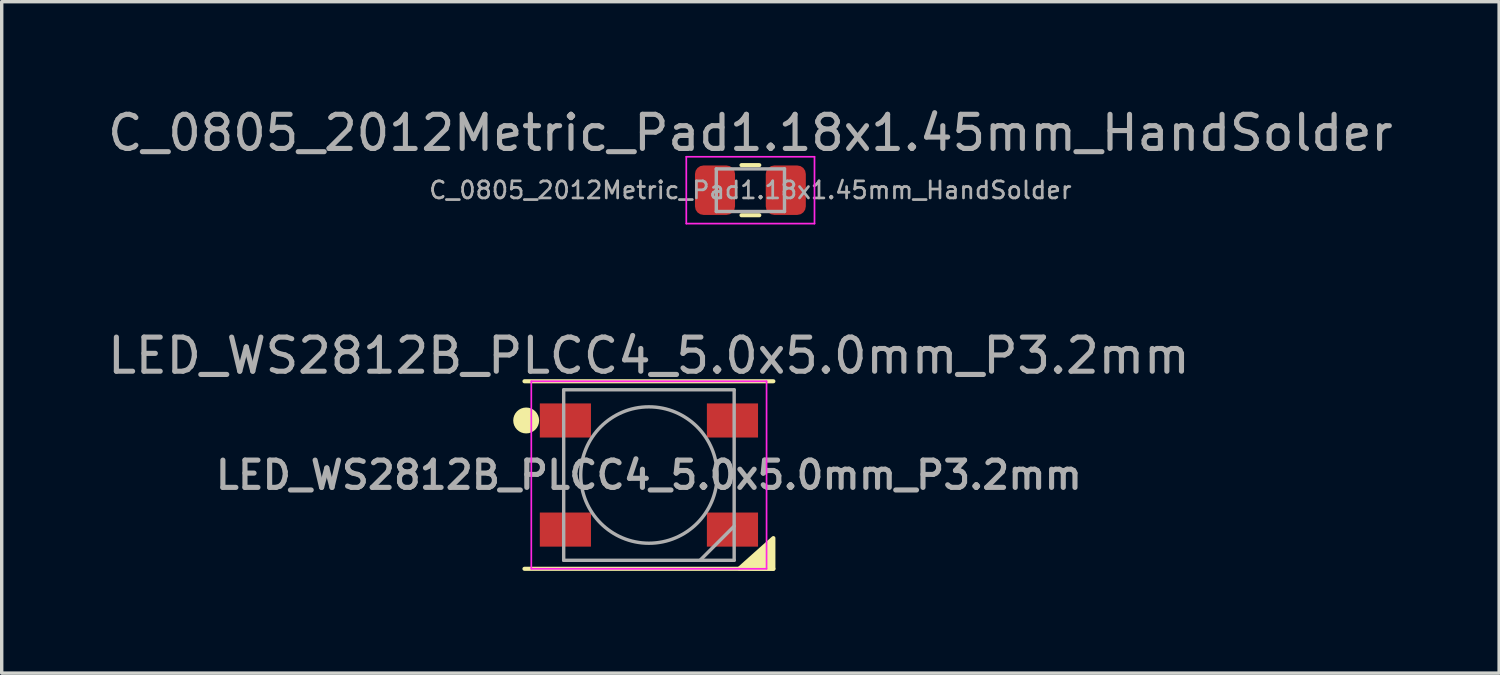
<source format=kicad_pcb>
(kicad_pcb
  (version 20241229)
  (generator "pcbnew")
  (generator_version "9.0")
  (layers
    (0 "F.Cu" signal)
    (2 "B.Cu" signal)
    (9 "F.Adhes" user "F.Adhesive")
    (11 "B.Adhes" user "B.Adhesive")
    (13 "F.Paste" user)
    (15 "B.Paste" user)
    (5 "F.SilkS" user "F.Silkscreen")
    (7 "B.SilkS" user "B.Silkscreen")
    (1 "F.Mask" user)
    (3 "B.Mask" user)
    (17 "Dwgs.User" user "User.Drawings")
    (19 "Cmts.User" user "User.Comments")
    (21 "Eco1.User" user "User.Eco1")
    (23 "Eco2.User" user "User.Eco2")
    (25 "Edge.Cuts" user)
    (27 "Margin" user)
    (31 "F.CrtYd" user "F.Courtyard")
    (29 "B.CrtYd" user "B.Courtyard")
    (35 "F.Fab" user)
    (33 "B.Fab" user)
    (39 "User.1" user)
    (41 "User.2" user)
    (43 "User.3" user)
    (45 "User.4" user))
  (footprint "C_0805_2012Metric_Pad1.18x1.45mm_HandSolder"
    (layer "F.Cu")
    (at 18.958 2.528)
    (property "Reference" "C_0805_2012Metric_Pad1.18x1.45mm_HandSolder" (at 0 -1.68 0) (layer "F.Fab") (effects (font (size 1 1) (thickness 0.15))))
    (attr smd)
    (fp_line (start -0.261 -0.735) (end 0.261 -0.735) (stroke (width 0.12) (type solid)) (layer "F.SilkS"))
    (fp_line (start -0.261 0.735) (end 0.261 0.735) (stroke (width 0.12) (type solid)) (layer "F.SilkS"))
    (fp_line (start -1.88 -0.98) (end 1.88 -0.98) (stroke (width 0.05) (type solid)) (layer "F.CrtYd"))
    (fp_line (start -1.88 0.98) (end -1.88 -0.98) (stroke (width 0.05) (type solid)) (layer "F.CrtYd"))
    (fp_line (start 1.88 -0.98) (end 1.88 0.98) (stroke (width 0.05) (type solid)) (layer "F.CrtYd"))
    (fp_line (start 1.88 0.98) (end -1.88 0.98) (stroke (width 0.05) (type solid)) (layer "F.CrtYd"))
    (fp_line (start -1 -0.625) (end 1 -0.625) (stroke (width 0.1) (type solid)) (layer "F.Fab"))
    (fp_line (start -1 0.625) (end -1 -0.625) (stroke (width 0.1) (type solid)) (layer "F.Fab"))
    (fp_line (start 1 -0.625) (end 1 0.625) (stroke (width 0.1) (type solid)) (layer "F.Fab"))
    (fp_line (start 1 0.625) (end -1 0.625) (stroke (width 0.1) (type solid)) (layer "F.Fab"))
    (fp_text user "${REFERENCE}" (at 0 0 0) (layer "F.Fab") (effects (font (size 0.5 0.5) (thickness 0.08))))
    (pad "1" smd roundrect (at -1.038 0) (size 1.175 1.45) (layers "F.Cu" "F.Mask" "F.Paste") (roundrect_rratio 0.213))
    (pad "2" smd roundrect (at 1.038 0) (size 1.175 1.45) (layers "F.Cu" "F.Mask" "F.Paste") (roundrect_rratio 0.213)))
  (footprint "LED_WS2812B_PLCC4_5.0x5.0mm_P3.2mm"
    (layer "F.Cu")
    (at 15.982 10.882)
    (property "Reference" "LED_WS2812B_PLCC4_5.0x5.0mm_P3.2mm" (at 0 -3.5 0) (layer "F.Fab") (effects (font (size 1 1) (thickness 0.15))))
    (attr smd)
    (fp_line (start -3.65 -2.75) (end 3.65 -2.75) (stroke (width 0.12) (type solid)) (layer "F.SilkS"))
    (fp_line (start -3.65 2.75) (end 3.65 2.75) (stroke (width 0.12) (type solid)) (layer "F.SilkS"))
    (fp_circle (center -3.6 -1.6) (end -3.28 -1.6) (stroke (width 0.12) (type solid)) (fill yes) (layer "F.SilkS"))
    (fp_poly (pts (xy 3.65 2.75) (xy 2.65 2.743) (xy 3.65 1.85)) (stroke (width 0.12) (type solid)) (fill yes) (layer "F.SilkS"))
    (fp_line (start -3.45 -2.75) (end -3.45 2.75) (stroke (width 0.05) (type solid)) (layer "F.CrtYd"))
    (fp_line (start -3.45 2.75) (end 3.45 2.75) (stroke (width 0.05) (type solid)) (layer "F.CrtYd"))
    (fp_line (start 3.45 -2.75) (end -3.45 -2.75) (stroke (width 0.05) (type solid)) (layer "F.CrtYd"))
    (fp_line (start 3.45 2.75) (end 3.45 -2.75) (stroke (width 0.05) (type solid)) (layer "F.CrtYd"))
    (fp_line (start -2.5 -2.5) (end -2.5 2.5) (stroke (width 0.1) (type solid)) (layer "F.Fab"))
    (fp_line (start -2.5 2.5) (end 2.5 2.5) (stroke (width 0.1) (type solid)) (layer "F.Fab"))
    (fp_line (start 2.5 -2.5) (end -2.5 -2.5) (stroke (width 0.1) (type solid)) (layer "F.Fab"))
    (fp_line (start 2.5 1.5) (end 1.5 2.5) (stroke (width 0.1) (type solid)) (layer "F.Fab"))
    (fp_line (start 2.5 2.5) (end 2.5 -2.5) (stroke (width 0.1) (type solid)) (layer "F.Fab"))
    (fp_circle (center 0 0) (end 0 -2) (stroke (width 0.1) (type solid)) (fill no) (layer "F.Fab"))
    (fp_text user "${REFERENCE}" (at 0 0 0) (layer "F.Fab") (effects (font (size 0.8 0.8) (thickness 0.15))))
    (pad "1" smd rect (at -2.45 -1.6) (size 1.5 1) (layers "F.Cu" "F.Mask" "F.Paste"))
    (pad "2" smd rect (at -2.45 1.6) (size 1.5 1) (layers "F.Cu" "F.Mask" "F.Paste"))
    (pad "3" smd rect (at 2.45 1.6) (size 1.5 1) (layers "F.Cu" "F.Mask" "F.Paste"))
    (pad "4" smd rect (at 2.45 -1.6) (size 1.5 1) (layers "F.Cu" "F.Mask" "F.Paste")))
  (gr_rect
    (start -3 -3)
    (end 40.917 16.692)
    (stroke (width 0.1) (type default))
    (fill no)
    (layer "Edge.Cuts")))
</source>
